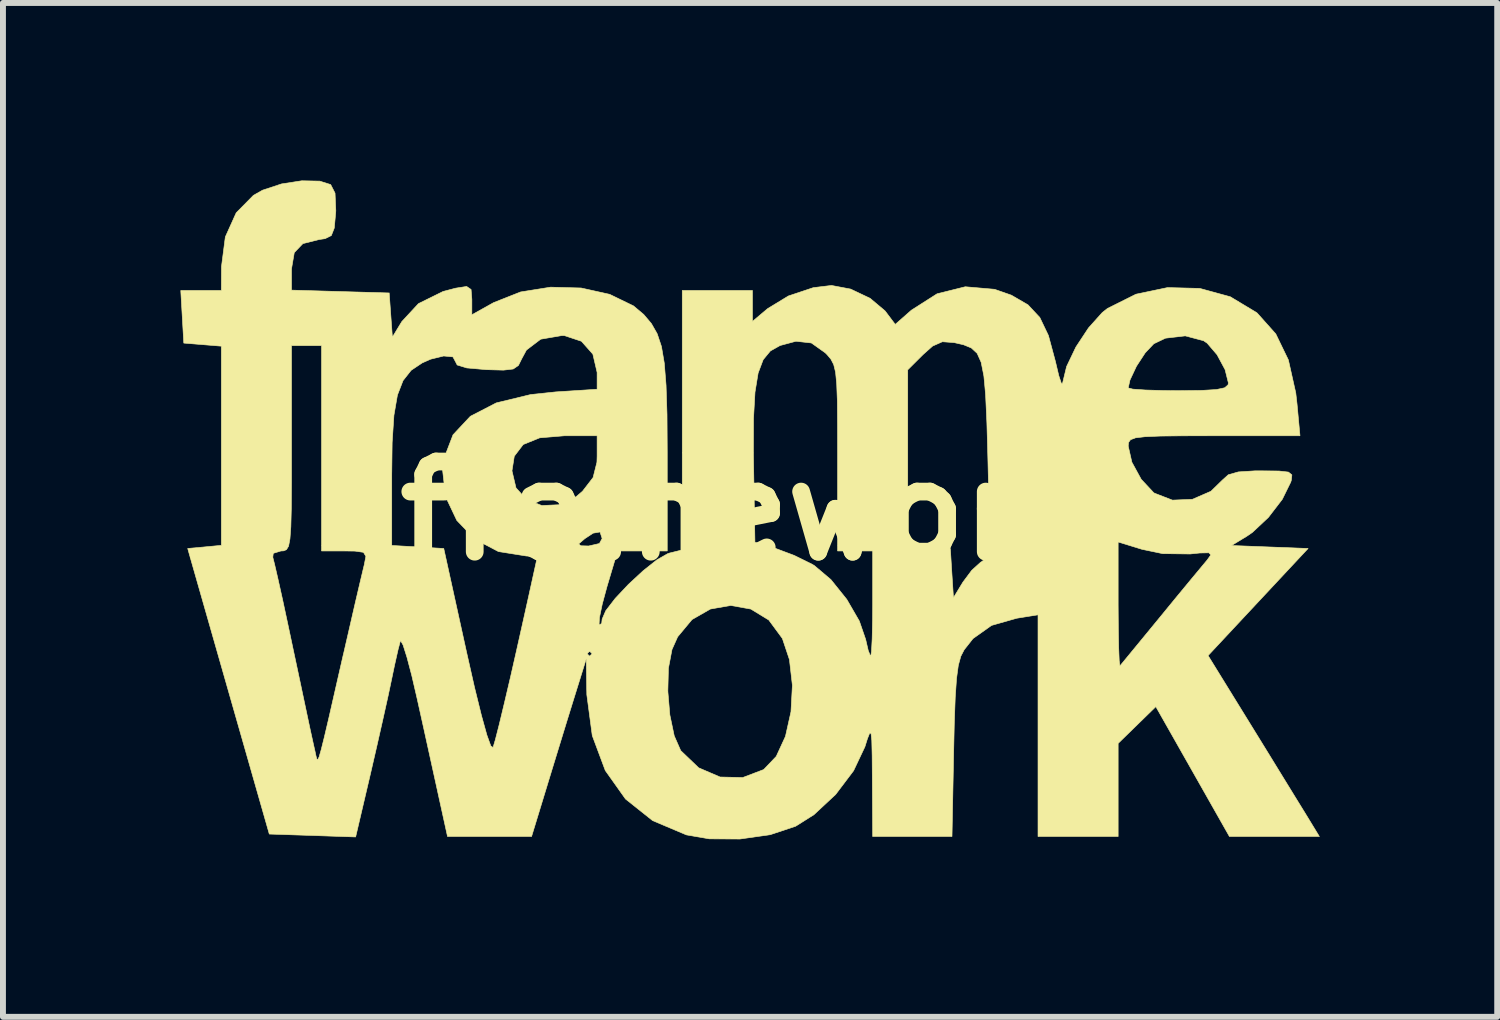
<source format=kicad_pcb>
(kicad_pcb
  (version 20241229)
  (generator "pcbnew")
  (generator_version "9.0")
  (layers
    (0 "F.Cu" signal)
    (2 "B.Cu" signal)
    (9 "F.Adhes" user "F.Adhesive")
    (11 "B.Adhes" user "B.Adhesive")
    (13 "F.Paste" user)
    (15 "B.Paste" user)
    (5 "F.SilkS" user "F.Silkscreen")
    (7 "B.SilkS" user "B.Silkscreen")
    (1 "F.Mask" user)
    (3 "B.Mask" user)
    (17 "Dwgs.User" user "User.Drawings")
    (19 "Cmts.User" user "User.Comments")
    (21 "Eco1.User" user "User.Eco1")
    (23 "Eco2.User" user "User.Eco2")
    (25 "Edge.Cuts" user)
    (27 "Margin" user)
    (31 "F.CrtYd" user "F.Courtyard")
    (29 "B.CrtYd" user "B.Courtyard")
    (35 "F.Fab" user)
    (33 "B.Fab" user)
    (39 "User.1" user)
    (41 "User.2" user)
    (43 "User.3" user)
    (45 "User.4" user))
  (footprint "framework"
    (layer "F.Cu")
    (at 9.581 5.584)
    (property "Reference" "framework" (at 0 0 0) (layer "F.SilkS") (effects (font (size 1.524 1.524) (thickness 0.3))))
    (attr through_hole)
    (fp_poly (pts (xy -7.227 -5.573) (xy -7.043 -5.515) (xy -6.969 -5.37) (xy -6.956 -5.072) (xy -6.959 -5.029) (xy -6.982 -4.78) (xy -7.032 -4.653) (xy -7.137 -4.601) (xy -7.239 -4.586) (xy -7.513 -4.517) (xy -7.658 -4.365) (xy -7.704 -4.095) (xy -7.705 -4.057) (xy -7.705 -3.731) (xy -6.054 -3.683) (xy -6.027 -3.31) (xy -6 -2.937) (xy -5.84 -3.2) (xy -5.559 -3.503) (xy -5.144 -3.708) (xy -4.932 -3.764) (xy -4.745 -3.793) (xy -4.67 -3.742) (xy -4.657 -3.575) (xy -4.657 -3.569) (xy -4.657 -3.314) (xy -4.289 -3.52) (xy -3.834 -3.7) (xy -3.326 -3.781) (xy -2.81 -3.767) (xy -2.328 -3.66) (xy -1.926 -3.465) (xy -1.753 -3.32) (xy -1.623 -3.166) (xy -1.525 -2.994) (xy -1.453 -2.779) (xy -1.405 -2.497) (xy -1.375 -2.122) (xy -1.359 -1.63) (xy -1.355 -0.996) (xy -1.355 -0.911) (xy -1.355 0.677) (xy -2.194 0.677) (xy -2.373 1.278) (xy -2.453 1.574) (xy -2.501 1.804) (xy -2.507 1.922) (xy -2.504 1.927) (xy -2.463 1.902) (xy -2.455 1.829) (xy -2.394 1.687) (xy -2.234 1.479) (xy -2.012 1.243) (xy -1.765 1.014) (xy -1.531 0.828) (xy -1.346 0.722) (xy -1.322 0.714) (xy -1.101 0.659) (xy -1.101 -0.98) (xy 0.101 -0.98) (xy 0.104 -0.79) (xy 0.127 0.532) (xy 0.481 0.636) (xy 0.79 0.752) (xy 1.091 0.9) (xy 1.131 0.924) (xy 1.411 1.161) (xy 1.679 1.495) (xy 1.891 1.861) (xy 1.998 2.171) (xy 2.042 2.361) (xy 2.08 2.454) (xy 2.084 2.455) (xy 2.097 2.376) (xy 2.108 2.163) (xy 2.115 1.851) (xy 2.117 1.589) (xy 6.265 1.589) (xy 6.268 1.987) (xy 6.274 2.312) (xy 6.283 2.532) (xy 6.295 2.618) (xy 6.296 2.618) (xy 6.359 2.542) (xy 6.507 2.362) (xy 6.719 2.104) (xy 6.973 1.795) (xy 6.987 1.778) (xy 7.253 1.453) (xy 7.49 1.166) (xy 7.672 0.947) (xy 7.771 0.828) (xy 7.831 0.744) (xy 7.799 0.708) (xy 7.647 0.711) (xy 7.482 0.728) (xy 7.017 0.722) (xy 6.668 0.649) (xy 6.265 0.525) (xy 6.265 1.589) (xy 2.117 1.589) (xy 2.117 1.566) (xy 2.117 0.677) (xy 1.524 0.677) (xy 1.524 -0.893) (xy 1.523 -1.444) (xy 1.52 -1.853) (xy 1.509 -2.143) (xy 1.49 -2.341) (xy 1.48 -2.384) (xy 2.709 -2.384) (xy 2.709 0.583) (xy 3.429 0.635) (xy 3.455 1.051) (xy 3.482 1.467) (xy 3.641 1.205) (xy 3.791 1.004) (xy 3.942 0.867) (xy 3.954 0.861) (xy 4.006 0.822) (xy 4.044 0.753) (xy 4.068 0.632) (xy 4.081 0.436) (xy 4.084 0.141) (xy 4.078 -0.276) (xy 4.065 -0.837) (xy 4.064 -0.878) (xy 4.047 -1.485) (xy 4.026 -1.945) (xy 4.015 -2.077) (xy 6.435 -2.077) (xy 6.513 -2.058) (xy 6.726 -2.043) (xy 7.035 -2.034) (xy 7.281 -2.032) (xy 7.674 -2.036) (xy 7.926 -2.051) (xy 8.066 -2.081) (xy 8.122 -2.13) (xy 8.128 -2.163) (xy 8.072 -2.388) (xy 7.937 -2.639) (xy 7.77 -2.834) (xy 7.709 -2.876) (xy 7.399 -2.958) (xy 7.065 -2.919) (xy 6.868 -2.825) (xy 6.723 -2.672) (xy 6.574 -2.444) (xy 6.465 -2.212) (xy 6.435 -2.077) (xy 4.015 -2.077) (xy 3.996 -2.28) (xy 3.95 -2.512) (xy 3.882 -2.663) (xy 3.784 -2.754) (xy 3.652 -2.808) (xy 3.495 -2.844) (xy 3.295 -2.859) (xy 3.13 -2.786) (xy 2.967 -2.641) (xy 2.709 -2.384) (xy 1.48 -2.384) (xy 1.458 -2.473) (xy 1.411 -2.564) (xy 1.346 -2.641) (xy 1.316 -2.671) (xy 1.081 -2.838) (xy 0.82 -2.867) (xy 0.552 -2.795) (xy 0.388 -2.703) (xy 0.266 -2.555) (xy 0.181 -2.33) (xy 0.128 -2.007) (xy 0.103 -1.564) (xy 0.101 -0.98) (xy -1.101 -0.98) (xy -1.101 -3.725) (xy 0.085 -3.725) (xy 0.085 -3.202) (xy 0.341 -3.418) (xy 0.692 -3.632) (xy 1.114 -3.773) (xy 1.421 -3.81) (xy 1.744 -3.749) (xy 2.073 -3.593) (xy 2.324 -3.382) (xy 2.339 -3.363) (xy 2.498 -3.152) (xy 2.771 -3.392) (xy 3.205 -3.669) (xy 3.682 -3.788) (xy 4.177 -3.745) (xy 4.46 -3.646) (xy 4.741 -3.483) (xy 4.941 -3.269) (xy 5.087 -2.964) (xy 5.204 -2.529) (xy 5.204 -2.529) (xy 5.262 -2.285) (xy 5.306 -2.153) (xy 5.327 -2.158) (xy 5.327 -2.164) (xy 5.394 -2.44) (xy 5.551 -2.769) (xy 5.764 -3.092) (xy 5.996 -3.351) (xy 6.084 -3.421) (xy 6.566 -3.662) (xy 7.1 -3.774) (xy 7.645 -3.76) (xy 8.16 -3.619) (xy 8.601 -3.354) (xy 8.615 -3.343) (xy 8.929 -2.991) (xy 9.142 -2.551) (xy 9.267 -1.993) (xy 9.288 -1.808) (xy 9.338 -1.27) (xy 7.886 -1.27) (xy 7.359 -1.269) (xy 6.978 -1.265) (xy 6.72 -1.254) (xy 6.559 -1.235) (xy 6.474 -1.203) (xy 6.441 -1.157) (xy 6.435 -1.096) (xy 6.497 -0.823) (xy 6.655 -0.534) (xy 6.862 -0.312) (xy 6.876 -0.301) (xy 7.182 -0.182) (xy 7.52 -0.196) (xy 7.833 -0.332) (xy 8.027 -0.521) (xy 8.127 -0.611) (xy 8.297 -0.659) (xy 8.579 -0.677) (xy 8.689 -0.677) (xy 8.984 -0.674) (xy 9.143 -0.656) (xy 9.201 -0.609) (xy 9.192 -0.52) (xy 9.182 -0.487) (xy 9.039 -0.196) (xy 8.804 0.11) (xy 8.533 0.364) (xy 8.441 0.427) (xy 8.181 0.585) (xy 8.828 0.61) (xy 9.475 0.635) (xy 8.63 1.54) (xy 7.785 2.445) (xy 8.532 3.656) (xy 8.797 4.086) (xy 9.045 4.49) (xy 9.257 4.835) (xy 9.413 5.088) (xy 9.473 5.186) (xy 9.666 5.503) (xy 8.146 5.503) (xy 6.902 3.308) (xy 6.584 3.618) (xy 6.265 3.929) (xy 6.265 5.503) (xy 4.911 5.503) (xy 4.911 1.756) (xy 4.551 1.814) (xy 4.126 1.935) (xy 3.813 2.157) (xy 3.663 2.347) (xy 3.606 2.457) (xy 3.564 2.61) (xy 3.534 2.831) (xy 3.512 3.148) (xy 3.496 3.586) (xy 3.486 4.039) (xy 3.457 5.503) (xy 2.117 5.503) (xy 2.111 4.551) (xy 2.108 4.141) (xy 2.102 3.883) (xy 2.089 3.76) (xy 2.066 3.755) (xy 2.028 3.85) (xy 1.985 3.987) (xy 1.794 4.391) (xy 1.491 4.792) (xy 1.124 5.134) (xy 0.815 5.329) (xy 0.385 5.472) (xy -0.127 5.545) (xy -0.644 5.542) (xy -1.032 5.475) (xy -1.602 5.234) (xy -2.06 4.869) (xy -2.402 4.387) (xy -2.622 3.797) (xy -2.714 3.106) (xy -2.715 3.048) (xy -1.345 3.048) (xy -1.311 3.448) (xy -1.237 3.801) (xy -1.129 4.047) (xy -1.127 4.051) (xy -0.823 4.342) (xy -0.462 4.497) (xy -0.079 4.506) (xy 0.275 4.371) (xy 0.487 4.149) (xy 0.643 3.81) (xy 0.736 3.395) (xy 0.76 2.948) (xy 0.71 2.512) (xy 0.591 2.156) (xy 0.361 1.844) (xy 0.058 1.659) (xy -0.282 1.598) (xy -0.625 1.658) (xy -0.936 1.836) (xy -1.179 2.128) (xy -1.275 2.343) (xy -1.335 2.66) (xy -1.345 3.048) (xy -2.715 3.048) (xy -2.716 3.013) (xy -2.723 2.498) (xy -2.934 3.175) (xy -3.058 3.575) (xy -3.205 4.054) (xy -3.35 4.527) (xy -3.396 4.678) (xy -3.648 5.503) (xy -5.068 5.503) (xy -5.203 4.889) (xy -5.275 4.561) (xy -5.371 4.125) (xy -5.478 3.639) (xy -5.581 3.175) (xy -5.672 2.783) (xy -5.754 2.472) (xy -5.819 2.267) (xy -5.86 2.194) (xy -5.866 2.201) (xy -5.905 2.349) (xy -5.962 2.602) (xy -6.011 2.836) (xy -6.071 3.12) (xy -6.159 3.516) (xy -6.262 3.971) (xy -6.367 4.427) (xy -6.621 5.51) (xy -8.08 5.461) (xy -9.417 0.783) (xy -8.021 0.783) (xy -7.992 0.897) (xy -7.934 1.148) (xy -7.854 1.507) (xy -7.76 1.946) (xy -7.67 2.371) (xy -7.565 2.864) (xy -7.47 3.313) (xy -7.391 3.685) (xy -7.333 3.949) (xy -7.307 4.064) (xy -7.291 4.14) (xy -7.277 4.192) (xy -7.262 4.204) (xy -7.238 4.158) (xy -7.203 4.035) (xy -7.149 3.819) (xy -7.072 3.492) (xy -6.968 3.036) (xy -6.83 2.432) (xy -6.825 2.413) (xy -6.719 1.953) (xy -6.623 1.535) (xy -6.543 1.194) (xy -6.489 0.967) (xy -6.475 0.91) (xy -6.448 0.768) (xy -6.489 0.7) (xy -6.634 0.679) (xy -6.806 0.677) (xy -7.197 0.677) (xy -7.197 -0.605) (xy -6.011 -0.605) (xy -6.011 0.584) (xy -5.572 0.609) (xy -5.132 0.635) (xy -4.746 2.39) (xy -4.611 2.987) (xy -4.495 3.457) (xy -4.403 3.788) (xy -4.337 3.971) (xy -4.299 3.998) (xy -4.261 3.871) (xy -4.194 3.609) (xy -4.105 3.239) (xy -4 2.792) (xy -3.914 2.413) (xy -2.709 2.413) (xy -2.667 2.455) (xy -2.625 2.413) (xy -2.667 2.371) (xy -2.709 2.413) (xy -3.914 2.413) (xy -3.897 2.338) (xy -3.789 1.856) (xy -3.695 1.434) (xy -3.621 1.098) (xy -3.572 0.876) (xy -3.556 0.793) (xy -3.628 0.768) (xy -3.737 0.762) (xy -4.208 0.687) (xy -4.453 0.558) (xy -2.852 0.558) (xy -2.816 0.589) (xy -2.683 0.593) (xy -2.501 0.551) (xy -2.455 0.466) (xy -2.491 0.356) (xy -2.607 0.376) (xy -2.747 0.468) (xy -2.852 0.558) (xy -4.453 0.558) (xy -4.606 0.478) (xy -4.911 0.161) (xy -5.1 -0.238) (xy -5.15 -0.677) (xy -3.979 -0.677) (xy -3.911 -0.389) (xy -3.73 -0.19) (xy -3.475 -0.091) (xy -3.184 -0.104) (xy -2.896 -0.239) (xy -2.787 -0.332) (xy -2.608 -0.564) (xy -2.543 -0.823) (xy -2.54 -0.925) (xy -2.54 -1.27) (xy -3.09 -1.27) (xy -3.51 -1.235) (xy -3.789 -1.122) (xy -3.94 -0.924) (xy -3.979 -0.677) (xy -5.15 -0.677) (xy -5.152 -0.692) (xy -5.128 -0.887) (xy -4.975 -1.286) (xy -4.682 -1.599) (xy -4.245 -1.825) (xy -3.664 -1.966) (xy -3.239 -2.011) (xy -2.54 -2.056) (xy -2.54 -2.34) (xy -2.612 -2.649) (xy -2.805 -2.867) (xy -3.091 -2.962) (xy -3.138 -2.963) (xy -3.493 -2.902) (xy -3.734 -2.719) (xy -3.813 -2.573) (xy -3.87 -2.458) (xy -3.958 -2.398) (xy -4.122 -2.379) (xy -4.409 -2.387) (xy -4.423 -2.388) (xy -4.742 -2.416) (xy -4.905 -2.466) (xy -4.932 -2.519) (xy -4.977 -2.603) (xy -5.133 -2.618) (xy -5.354 -2.564) (xy -5.496 -2.501) (xy -5.683 -2.376) (xy -5.82 -2.202) (xy -5.915 -1.957) (xy -5.974 -1.615) (xy -6.004 -1.152) (xy -6.011 -0.605) (xy -7.197 -0.605) (xy -7.197 -2.794) (xy -7.705 -2.794) (xy -7.705 -1.058) (xy -7.705 -0.475) (xy -7.708 -0.04) (xy -7.716 0.269) (xy -7.731 0.473) (xy -7.754 0.595) (xy -7.79 0.655) (xy -7.838 0.675) (xy -7.883 0.677) (xy -8.013 0.717) (xy -8.021 0.783) (xy -9.417 0.783) (xy -9.459 0.635) (xy -9.175 0.609) (xy -8.89 0.582) (xy -8.89 -2.784) (xy -9.207 -2.81) (xy -9.525 -2.836) (xy -9.576 -3.725) (xy -8.89 -3.725) (xy -8.888 -4.128) (xy -8.823 -4.63) (xy -8.639 -5.038) (xy -8.348 -5.333) (xy -8.194 -5.42) (xy -7.873 -5.526) (xy -7.53 -5.579) (xy -7.227 -5.573)) (stroke (width 0.01) (type solid)) (fill yes) (layer "F.SilkS")))
  (gr_rect
    (start -3 -3)
    (end 22.252 14.134)
    (stroke (width 0.1) (type default))
    (fill no)
    (layer "Edge.Cuts")))
</source>
